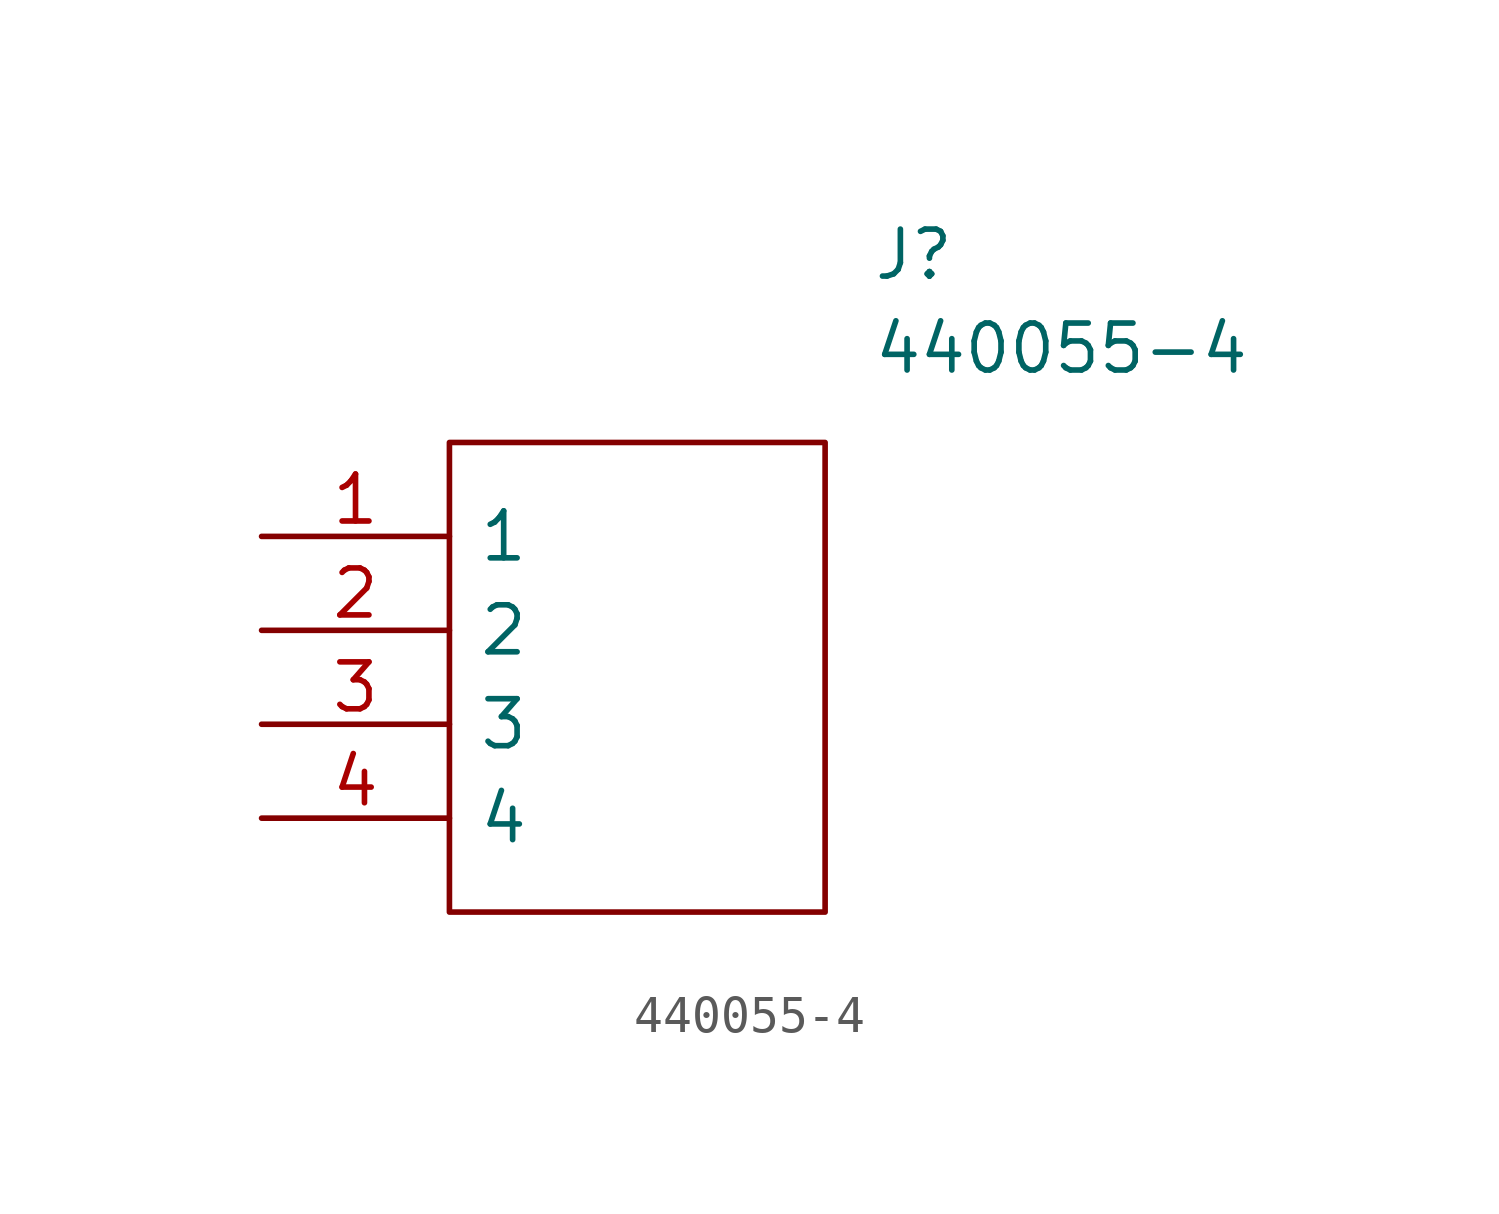
<source format=kicad_sym>
(kicad_symbol_lib
  (version 20211014)
  (generator kicad_symbol_editor)
  (symbol "440055-4"
    (pin_names
      (offset 0.762))
    (property "Reference" "J"
      (at 16.51 7.62 0)
      (effects (font (size 1.27 1.27)) (justify left)))
    (property "Value" "440055-4"
      (at 16.51 5.08 0)
      (effects (font (size 1.27 1.27)) (justify left)))
    (symbol "440055-4_0_0"
      (pin passive line (at 0 0 0) (length 5.08) (name "1" (effects (font (size 1.27 1.27)))) (number "1" (effects (font (size 1.27 1.27)))))
      (pin passive line (at 0 -2.54 0) (length 5.08) (name "2" (effects (font (size 1.27 1.27)))) (number "2" (effects (font (size 1.27 1.27)))))
      (pin passive line (at 0 -5.08 0) (length 5.08) (name "3" (effects (font (size 1.27 1.27)))) (number "3" (effects (font (size 1.27 1.27)))))
      (pin passive line (at 0 -7.62 0) (length 5.08) (name "4" (effects (font (size 1.27 1.27)))) (number "4" (effects (font (size 1.27 1.27))))))
    (symbol "440055-4_0_1"
      (polyline (pts (xy 5.08 2.54) (xy 15.24 2.54) (xy 15.24 -10.16) (xy 5.08 -10.16) (xy 5.08 2.54)) (stroke (width 0.152) (type default) (color 0 0 0 0)) (fill (type none))))))
</source>
